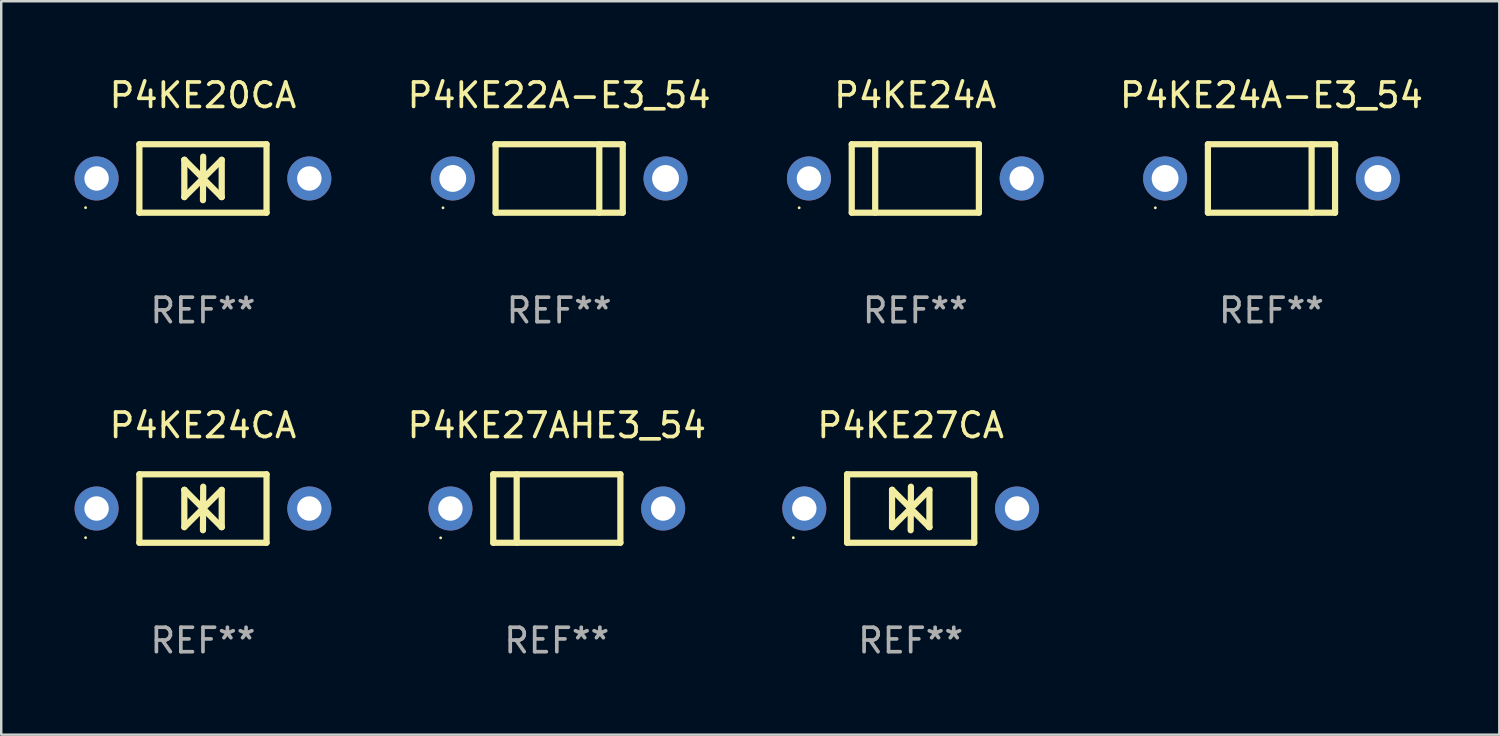
<source format=kicad_pcb>
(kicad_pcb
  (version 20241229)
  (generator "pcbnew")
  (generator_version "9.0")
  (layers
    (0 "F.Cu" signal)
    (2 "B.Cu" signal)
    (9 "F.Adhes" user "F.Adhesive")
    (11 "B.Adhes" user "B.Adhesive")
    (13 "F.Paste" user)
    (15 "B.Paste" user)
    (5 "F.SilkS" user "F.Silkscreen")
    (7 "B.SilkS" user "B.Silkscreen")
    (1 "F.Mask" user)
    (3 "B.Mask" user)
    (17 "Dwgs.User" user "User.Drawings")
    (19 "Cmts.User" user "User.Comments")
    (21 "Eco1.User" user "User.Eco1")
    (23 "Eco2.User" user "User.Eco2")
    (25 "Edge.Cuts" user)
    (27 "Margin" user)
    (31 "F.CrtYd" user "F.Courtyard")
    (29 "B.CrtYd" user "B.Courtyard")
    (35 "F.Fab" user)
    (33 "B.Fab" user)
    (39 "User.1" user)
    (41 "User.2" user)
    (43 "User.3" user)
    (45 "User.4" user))
  (footprint "P4KE24A"
    (layer "F.Cu")
    (at 34.381 4.248)
    (property "Reference" "P4KE24A" (at 0 -3.4 0) (layer "F.SilkS") (effects (font (size 1 1) (thickness 0.15))))
    (attr through_hole)
    (fp_line (start -2.6 -1.4) (end -2.6 1.4) (stroke (width 0.254) (type solid)) (layer "F.SilkS"))
    (fp_line (start -2.6 -1.4) (end 2.6 -1.4) (stroke (width 0.254) (type solid)) (layer "F.SilkS"))
    (fp_line (start -2.6 1.4) (end 2.6 1.4) (stroke (width 0.254) (type solid)) (layer "F.SilkS"))
    (fp_line (start -1.641 -1.4) (end -1.641 1.4) (stroke (width 0.254) (type solid)) (layer "F.SilkS"))
    (fp_line (start 2.6 -1.4) (end 2.6 1.4) (stroke (width 0.254) (type solid)) (layer "F.SilkS"))
    (fp_circle (center -4.75 1.2) (end -4.72 1.2) (stroke (width 0.06) (type solid)) (fill no) (layer "F.SilkS"))
    (fp_text user "REF**" (at 0 5.4 0) (layer "F.Fab") (effects (font (size 1 1) (thickness 0.15))))
    (pad "1" thru_hole circle (at -4.35 0) (size 1.8 1.8) (drill 1) (layers "*.Cu" "*.Mask"))
    (pad "2" thru_hole circle (at 4.35 0) (size 1.8 1.8) (drill 1) (layers "*.Cu" "*.Mask")))
  (footprint "P4KE20CA"
    (layer "F.Cu")
    (at 5.25 4.248)
    (property "Reference" "P4KE20CA" (at 0 -3.4 0) (layer "F.SilkS") (effects (font (size 1 1) (thickness 0.15))))
    (attr through_hole)
    (fp_line (start -2.6 1.4) (end -2.6 -1.4) (stroke (width 0.254) (type solid)) (layer "F.SilkS"))
    (fp_line (start -0.762 -0.762) (end -0.762 0.762) (stroke (width 0.254) (type solid)) (layer "F.SilkS"))
    (fp_line (start -0.762 0.762) (end 0.006 -0.006) (stroke (width 0.254) (type solid)) (layer "F.SilkS"))
    (fp_line (start -0.755 -0.762) (end -0.762 -0.762) (stroke (width 0.254) (type solid)) (layer "F.SilkS"))
    (fp_line (start -0.001 0.004) (end -0.001 0.095) (stroke (width 0.254) (type solid)) (layer "F.SilkS"))
    (fp_line (start 0 0) (end 0.761 0.761) (stroke (width 0.254) (type solid)) (layer "F.SilkS"))
    (fp_line (start 0 0.889) (end 0.01 -0.892) (stroke (width 0.254) (type solid)) (layer "F.SilkS"))
    (fp_line (start 0.005 -0.001) (end -0.755 -0.762) (stroke (width 0.254) (type solid)) (layer "F.SilkS"))
    (fp_line (start 0.006 -0.006) (end 0.006 -0.096) (stroke (width 0.254) (type solid)) (layer "F.SilkS"))
    (fp_line (start 0.761 0.761) (end 0.767 0.761) (stroke (width 0.254) (type solid)) (layer "F.SilkS"))
    (fp_line (start 0.767 -0.763) (end -0.001 0.004) (stroke (width 0.254) (type solid)) (layer "F.SilkS"))
    (fp_line (start 0.767 0.761) (end 0.767 -0.763) (stroke (width 0.254) (type solid)) (layer "F.SilkS"))
    (fp_line (start 2.6 -1.4) (end -2.6 -1.4) (stroke (width 0.254) (type solid)) (layer "F.SilkS"))
    (fp_line (start 2.6 1.4) (end -2.6 1.4) (stroke (width 0.254) (type solid)) (layer "F.SilkS"))
    (fp_line (start 2.6 1.4) (end 2.6 -1.4) (stroke (width 0.254) (type solid)) (layer "F.SilkS"))
    (fp_circle (center -4.8 1.194) (end -4.77 1.194) (stroke (width 0.06) (type solid)) (fill no) (layer "F.SilkS"))
    (fp_text user "REF**" (at 0 5.4 0) (layer "F.Fab") (effects (font (size 1 1) (thickness 0.15))))
    (pad "1" thru_hole circle (at -4.35 0) (size 1.8 1.8) (drill 1) (layers "*.Cu" "*.Mask"))
    (pad "2" thru_hole circle (at 4.35 0) (size 1.8 1.8) (drill 1) (layers "*.Cu" "*.Mask")))
  (footprint "P4KE27CA"
    (layer "F.Cu")
    (at 34.191 17.745)
    (property "Reference" "P4KE27CA" (at 0 -3.4 0) (layer "F.SilkS") (effects (font (size 1 1) (thickness 0.15))))
    (attr through_hole)
    (fp_line (start -2.6 1.4) (end -2.6 -1.4) (stroke (width 0.254) (type solid)) (layer "F.SilkS"))
    (fp_line (start -0.762 -0.762) (end -0.762 0.762) (stroke (width 0.254) (type solid)) (layer "F.SilkS"))
    (fp_line (start -0.762 0.762) (end 0.006 -0.006) (stroke (width 0.254) (type solid)) (layer "F.SilkS"))
    (fp_line (start -0.755 -0.762) (end -0.762 -0.762) (stroke (width 0.254) (type solid)) (layer "F.SilkS"))
    (fp_line (start -0.001 0.004) (end -0.001 0.095) (stroke (width 0.254) (type solid)) (layer "F.SilkS"))
    (fp_line (start 0 0) (end 0.761 0.761) (stroke (width 0.254) (type solid)) (layer "F.SilkS"))
    (fp_line (start 0 0.889) (end 0.01 -0.892) (stroke (width 0.254) (type solid)) (layer "F.SilkS"))
    (fp_line (start 0.005 -0.001) (end -0.755 -0.762) (stroke (width 0.254) (type solid)) (layer "F.SilkS"))
    (fp_line (start 0.006 -0.006) (end 0.006 -0.096) (stroke (width 0.254) (type solid)) (layer "F.SilkS"))
    (fp_line (start 0.761 0.761) (end 0.767 0.761) (stroke (width 0.254) (type solid)) (layer "F.SilkS"))
    (fp_line (start 0.767 -0.763) (end -0.001 0.004) (stroke (width 0.254) (type solid)) (layer "F.SilkS"))
    (fp_line (start 0.767 0.761) (end 0.767 -0.763) (stroke (width 0.254) (type solid)) (layer "F.SilkS"))
    (fp_line (start 2.6 -1.4) (end -2.6 -1.4) (stroke (width 0.254) (type solid)) (layer "F.SilkS"))
    (fp_line (start 2.6 1.4) (end -2.6 1.4) (stroke (width 0.254) (type solid)) (layer "F.SilkS"))
    (fp_line (start 2.6 1.4) (end 2.6 -1.4) (stroke (width 0.254) (type solid)) (layer "F.SilkS"))
    (fp_circle (center -4.8 1.194) (end -4.77 1.194) (stroke (width 0.06) (type solid)) (fill no) (layer "F.SilkS"))
    (fp_text user "REF**" (at 0 5.4 0) (layer "F.Fab") (effects (font (size 1 1) (thickness 0.15))))
    (pad "1" thru_hole circle (at -4.35 0) (size 1.8 1.8) (drill 1) (layers "*.Cu" "*.Mask"))
    (pad "2" thru_hole circle (at 4.35 0) (size 1.8 1.8) (drill 1) (layers "*.Cu" "*.Mask")))
  (footprint "P4KE24A-E3_54"
    (layer "F.Cu")
    (at 48.946 4.248)
    (property "Reference" "P4KE24A-E3_54" (at 0 -3.4 0) (layer "F.SilkS") (effects (font (size 1 1) (thickness 0.15))))
    (attr through_hole)
    (fp_line (start -2.6 1.4) (end -2.6 -1.4) (stroke (width 0.254) (type solid)) (layer "F.SilkS"))
    (fp_line (start 1.641 1.4) (end 1.641 -1.4) (stroke (width 0.254) (type solid)) (layer "F.SilkS"))
    (fp_line (start 2.6 -1.4) (end -2.6 -1.4) (stroke (width 0.254) (type solid)) (layer "F.SilkS"))
    (fp_line (start 2.6 1.4) (end -2.6 1.4) (stroke (width 0.254) (type solid)) (layer "F.SilkS"))
    (fp_line (start 2.6 1.4) (end 2.6 -1.4) (stroke (width 0.254) (type solid)) (layer "F.SilkS"))
    (fp_circle (center -4.75 1.2) (end -4.72 1.2) (stroke (width 0.06) (type solid)) (fill no) (layer "F.SilkS"))
    (fp_text user "REF**" (at 0 5.4 0) (layer "F.Fab") (effects (font (size 1 1) (thickness 0.15))))
    (pad "1" thru_hole circle (at -4.35 0) (size 1.8 1.8) (drill 1.1) (layers "*.Cu" "*.Mask"))
    (pad "2" thru_hole circle (at 4.35 0) (size 1.8 1.8) (drill 1.1) (layers "*.Cu" "*.Mask")))
  (footprint "P4KE22A-E3_54"
    (layer "F.Cu")
    (at 19.816 4.248)
    (property "Reference" "P4KE22A-E3_54" (at 0 -3.4 0) (layer "F.SilkS") (effects (font (size 1 1) (thickness 0.15))))
    (attr through_hole)
    (fp_line (start -2.6 1.4) (end -2.6 -1.4) (stroke (width 0.254) (type solid)) (layer "F.SilkS"))
    (fp_line (start 1.641 1.4) (end 1.641 -1.4) (stroke (width 0.254) (type solid)) (layer "F.SilkS"))
    (fp_line (start 2.6 -1.4) (end -2.6 -1.4) (stroke (width 0.254) (type solid)) (layer "F.SilkS"))
    (fp_line (start 2.6 1.4) (end -2.6 1.4) (stroke (width 0.254) (type solid)) (layer "F.SilkS"))
    (fp_line (start 2.6 1.4) (end 2.6 -1.4) (stroke (width 0.254) (type solid)) (layer "F.SilkS"))
    (fp_circle (center -4.75 1.2) (end -4.72 1.2) (stroke (width 0.06) (type solid)) (fill no) (layer "F.SilkS"))
    (fp_text user "REF**" (at 0 5.4 0) (layer "F.Fab") (effects (font (size 1 1) (thickness 0.15))))
    (pad "1" thru_hole circle (at -4.35 0) (size 1.8 1.8) (drill 1.1) (layers "*.Cu" "*.Mask"))
    (pad "2" thru_hole circle (at 4.35 0) (size 1.8 1.8) (drill 1.1) (layers "*.Cu" "*.Mask")))
  (footprint "P4KE27AHE3_54"
    (layer "F.Cu")
    (at 19.72 17.745)
    (property "Reference" "P4KE27AHE3_54" (at 0 -3.4 0) (layer "F.SilkS") (effects (font (size 1 1) (thickness 0.15))))
    (attr through_hole)
    (fp_line (start -2.6 -1.4) (end -2.6 1.4) (stroke (width 0.254) (type solid)) (layer "F.SilkS"))
    (fp_line (start -2.6 -1.4) (end 2.6 -1.4) (stroke (width 0.254) (type solid)) (layer "F.SilkS"))
    (fp_line (start -2.6 1.4) (end 2.6 1.4) (stroke (width 0.254) (type solid)) (layer "F.SilkS"))
    (fp_line (start -1.641 -1.4) (end -1.641 1.4) (stroke (width 0.254) (type solid)) (layer "F.SilkS"))
    (fp_line (start 2.6 -1.4) (end 2.6 1.4) (stroke (width 0.254) (type solid)) (layer "F.SilkS"))
    (fp_circle (center -4.75 1.2) (end -4.72 1.2) (stroke (width 0.06) (type solid)) (fill no) (layer "F.SilkS"))
    (fp_text user "REF**" (at 0 5.4 0) (layer "F.Fab") (effects (font (size 1 1) (thickness 0.15))))
    (pad "1" thru_hole circle (at -4.35 0) (size 1.8 1.8) (drill 1) (layers "*.Cu" "*.Mask"))
    (pad "2" thru_hole circle (at 4.35 0) (size 1.8 1.8) (drill 1) (layers "*.Cu" "*.Mask")))
  (footprint "P4KE24CA"
    (layer "F.Cu")
    (at 5.25 17.745)
    (property "Reference" "P4KE24CA" (at 0 -3.4 0) (layer "F.SilkS") (effects (font (size 1 1) (thickness 0.15))))
    (attr through_hole)
    (fp_line (start -2.6 1.4) (end -2.6 -1.4) (stroke (width 0.254) (type solid)) (layer "F.SilkS"))
    (fp_line (start -0.762 -0.762) (end -0.762 0.762) (stroke (width 0.254) (type solid)) (layer "F.SilkS"))
    (fp_line (start -0.762 0.762) (end 0.006 -0.006) (stroke (width 0.254) (type solid)) (layer "F.SilkS"))
    (fp_line (start -0.755 -0.762) (end -0.762 -0.762) (stroke (width 0.254) (type solid)) (layer "F.SilkS"))
    (fp_line (start -0.001 0.004) (end -0.001 0.095) (stroke (width 0.254) (type solid)) (layer "F.SilkS"))
    (fp_line (start 0 0) (end 0.761 0.761) (stroke (width 0.254) (type solid)) (layer "F.SilkS"))
    (fp_line (start 0 0.889) (end 0.01 -0.892) (stroke (width 0.254) (type solid)) (layer "F.SilkS"))
    (fp_line (start 0.005 -0.001) (end -0.755 -0.762) (stroke (width 0.254) (type solid)) (layer "F.SilkS"))
    (fp_line (start 0.006 -0.006) (end 0.006 -0.096) (stroke (width 0.254) (type solid)) (layer "F.SilkS"))
    (fp_line (start 0.761 0.761) (end 0.767 0.761) (stroke (width 0.254) (type solid)) (layer "F.SilkS"))
    (fp_line (start 0.767 -0.763) (end -0.001 0.004) (stroke (width 0.254) (type solid)) (layer "F.SilkS"))
    (fp_line (start 0.767 0.761) (end 0.767 -0.763) (stroke (width 0.254) (type solid)) (layer "F.SilkS"))
    (fp_line (start 2.6 -1.4) (end -2.6 -1.4) (stroke (width 0.254) (type solid)) (layer "F.SilkS"))
    (fp_line (start 2.6 1.4) (end -2.6 1.4) (stroke (width 0.254) (type solid)) (layer "F.SilkS"))
    (fp_line (start 2.6 1.4) (end 2.6 -1.4) (stroke (width 0.254) (type solid)) (layer "F.SilkS"))
    (fp_circle (center -4.8 1.194) (end -4.77 1.194) (stroke (width 0.06) (type solid)) (fill no) (layer "F.SilkS"))
    (fp_text user "REF**" (at 0 5.4 0) (layer "F.Fab") (effects (font (size 1 1) (thickness 0.15))))
    (pad "1" thru_hole circle (at -4.35 0) (size 1.8 1.8) (drill 1) (layers "*.Cu" "*.Mask"))
    (pad "2" thru_hole circle (at 4.35 0) (size 1.8 1.8) (drill 1) (layers "*.Cu" "*.Mask")))
  (gr_rect
    (start -3 -3)
    (end 58.262 26.993)
    (stroke (width 0.1) (type default))
    (fill no)
    (layer "Edge.Cuts")))
</source>
